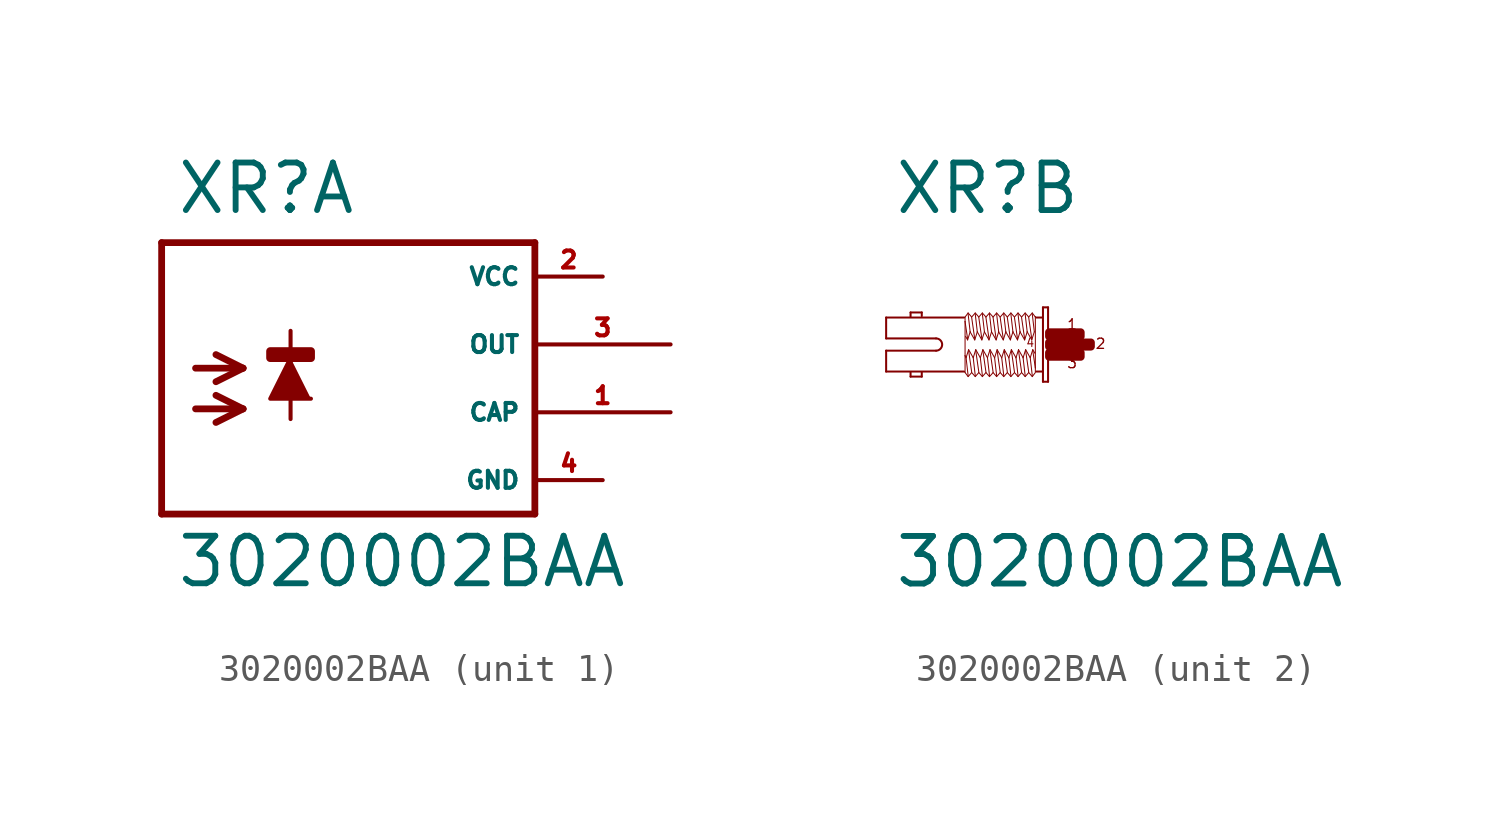
<source format=kicad_sym>
(kicad_symbol_lib
  (version 20220914)
  (generator Eagle2Kicad)
  (symbol "3020002BAA"
    (property "Reference" "XR"
      (at -5.842 4.801 0)
      (effects (font (size 1.778 1.778) (thickness 0.22)) (justify left bottom)))
    (property "Value" "3020002BAA"
      (at -5.842 -9.169 0)
      (effects (font (size 1.778 1.778) (thickness 0.22)) (justify left bottom)))
    (symbol "3020002BAA_1_0"
      (polyline (pts (xy -1.524 -0.508) (xy -2.286 -2.032) (xy -0.762 -2.032)) (stroke (width 0.152) (type default)) (fill (type outline)))
      (polyline (pts (xy -5.08 -0.889) (xy -3.302 -0.889)) (stroke (width 0.254) (type default)) (fill (type none)))
      (polyline (pts (xy -3.302 -0.889) (xy -4.318 -1.397)) (stroke (width 0.254) (type default)) (fill (type none)))
      (polyline (pts (xy -3.302 -0.889) (xy -4.318 -0.381)) (stroke (width 0.254) (type default)) (fill (type none)))
      (polyline (pts (xy -5.08 -2.413) (xy -3.302 -2.413)) (stroke (width 0.254) (type default)) (fill (type none)))
      (polyline (pts (xy -3.302 -2.413) (xy -4.318 -2.921)) (stroke (width 0.254) (type default)) (fill (type none)))
      (polyline (pts (xy -3.302 -2.413) (xy -4.318 -1.905)) (stroke (width 0.254) (type default)) (fill (type none)))
      (polyline (pts (xy -1.524 0.508) (xy -1.524 -2.794)) (stroke (width 0.152) (type default)) (fill (type none)))
      (polyline (pts (xy 7.62 3.81) (xy -6.35 3.81)) (stroke (width 0.254) (type default)) (fill (type none)))
      (polyline (pts (xy -6.35 3.81) (xy -6.35 -6.35)) (stroke (width 0.254) (type default)) (fill (type none)))
      (polyline (pts (xy -6.35 -6.35) (xy 7.62 -6.35)) (stroke (width 0.254) (type default)) (fill (type none)))
      (polyline (pts (xy 7.62 -6.35) (xy 7.62 3.81)) (stroke (width 0.254) (type default)) (fill (type none)))
      (rectangle (start -2.286 -0.508) (end -0.762 -0.254) (stroke (width 0.3) (type default)) (fill (type outline)))
      (pin unspecified line (at 10.16 2.54 180) (length 2.54) (name "VCC" (effects (font (size 0.635 0.635) (thickness 0.08)) (justify left bottom))) (number "2" (effects (font (size 0.635 0.635) (thickness 0.08)) (justify left bottom))))
      (pin unspecified line (at 10.16 -5.08 180) (length 2.54) (name "GND" (effects (font (size 0.635 0.635) (thickness 0.08)) (justify left bottom))) (number "4" (effects (font (size 0.635 0.635) (thickness 0.08)) (justify left bottom))))
      (pin output line (at 12.7 0 180) (length 5.08) (name "OUT" (effects (font (size 0.635 0.635) (thickness 0.08)) (justify left bottom))) (number "3" (effects (font (size 0.635 0.635) (thickness 0.08)) (justify left bottom))))
      (pin output line (at 12.7 -2.54 180) (length 5.08) (name "CAP" (effects (font (size 0.635 0.635) (thickness 0.08)) (justify left bottom))) (number "1" (effects (font (size 0.635 0.635) (thickness 0.08)) (justify left bottom)))))
    (symbol "3020002BAA_2_0"
      (polyline (pts (xy -0.038 1.391) (xy -0.038 -1.391)) (stroke (width 0.076) (type default)) (fill (type none)))
      (polyline (pts (xy -0.038 -1.391) (xy -0.229 -1.391)) (stroke (width 0.076) (type default)) (fill (type none)))
      (polyline (pts (xy -0.229 -1.391) (xy -0.229 1.391)) (stroke (width 0.076) (type default)) (fill (type none)))
      (polyline (pts (xy -0.229 1.391) (xy -0.038 1.391)) (stroke (width 0.076) (type default)) (fill (type none)))
      (polyline (pts (xy -0.267 1.01) (xy -0.476 1.01)) (stroke (width 0.076) (type default)) (fill (type none)))
      (polyline (pts (xy -0.267 -1.01) (xy -0.476 -1.01)) (stroke (width 0.076) (type default)) (fill (type none)))
      (polyline (pts (xy -3.181 -1.01) (xy -6.096 -1.01)) (stroke (width 0.076) (type default)) (fill (type none)))
      (polyline (pts (xy -6.096 -1.01) (xy -6.096 -0.229)) (stroke (width 0.076) (type default)) (fill (type none)))
      (polyline (pts (xy -6.096 -0.229) (xy -4.229 -0.229)) (stroke (width 0.076) (type default)) (fill (type none)))
      (polyline (pts (xy -4.229 0.229) (xy -6.096 0.229)) (stroke (width 0.076) (type default)) (fill (type none)))
      (polyline (pts (xy -6.096 0.229) (xy -6.096 1.01)) (stroke (width 0.076) (type default)) (fill (type none)))
      (polyline (pts (xy -6.096 1.01) (xy -3.181 1.01)) (stroke (width 0.076) (type default)) (fill (type none)))
      (polyline (pts (xy -4.763 -1.029) (xy -4.763 -1.2)) (stroke (width 0.076) (type default)) (fill (type none)))
      (polyline (pts (xy -4.763 -1.2) (xy -5.182 -1.2)) (stroke (width 0.076) (type default)) (fill (type none)))
      (polyline (pts (xy -5.182 -1.2) (xy -5.182 -1.048)) (stroke (width 0.076) (type default)) (fill (type none)))
      (polyline (pts (xy -4.763 1.067) (xy -4.763 1.2)) (stroke (width 0.076) (type default)) (fill (type none)))
      (polyline (pts (xy -4.763 1.2) (xy -5.182 1.2)) (stroke (width 0.076) (type default)) (fill (type none)))
      (polyline (pts (xy -5.182 1.2) (xy -5.182 1.048)) (stroke (width 0.076) (type default)) (fill (type none)))
      (polyline (pts (xy -0.514 -1.048) (xy -0.629 -1.2)) (stroke (width 0.038) (type default)) (fill (type none)))
      (polyline (pts (xy -0.629 -1.2) (xy -0.762 -1.048)) (stroke (width 0.038) (type default)) (fill (type none)))
      (polyline (pts (xy -0.762 -1.048) (xy -0.895 -1.2)) (stroke (width 0.038) (type default)) (fill (type none)))
      (polyline (pts (xy -0.895 -1.2) (xy -1.029 -1.048)) (stroke (width 0.038) (type default)) (fill (type none)))
      (polyline (pts (xy -1.029 -1.048) (xy -1.162 -1.2)) (stroke (width 0.038) (type default)) (fill (type none)))
      (polyline (pts (xy -1.162 -1.2) (xy -1.295 -1.048)) (stroke (width 0.038) (type default)) (fill (type none)))
      (polyline (pts (xy -1.295 -1.048) (xy -1.429 -1.2)) (stroke (width 0.038) (type default)) (fill (type none)))
      (polyline (pts (xy -1.429 -1.2) (xy -1.562 -1.048)) (stroke (width 0.038) (type default)) (fill (type none)))
      (polyline (pts (xy -1.562 -1.048) (xy -1.696 -1.2)) (stroke (width 0.038) (type default)) (fill (type none)))
      (polyline (pts (xy -1.696 -1.2) (xy -1.829 -1.048)) (stroke (width 0.038) (type default)) (fill (type none)))
      (polyline (pts (xy -1.829 -1.048) (xy -1.962 -1.2)) (stroke (width 0.038) (type default)) (fill (type none)))
      (polyline (pts (xy -1.962 -1.2) (xy -2.095 -1.048)) (stroke (width 0.038) (type default)) (fill (type none)))
      (polyline (pts (xy -2.095 -1.048) (xy -2.229 -1.2)) (stroke (width 0.038) (type default)) (fill (type none)))
      (polyline (pts (xy -2.229 -1.2) (xy -2.362 -1.048)) (stroke (width 0.038) (type default)) (fill (type none)))
      (polyline (pts (xy -2.362 -1.048) (xy -2.496 -1.2)) (stroke (width 0.038) (type default)) (fill (type none)))
      (polyline (pts (xy -2.496 -1.2) (xy -2.629 -1.048)) (stroke (width 0.038) (type default)) (fill (type none)))
      (polyline (pts (xy -2.629 -1.048) (xy -2.762 -1.2)) (stroke (width 0.038) (type default)) (fill (type none)))
      (polyline (pts (xy -2.762 -1.2) (xy -2.896 -1.048)) (stroke (width 0.038) (type default)) (fill (type none)))
      (polyline (pts (xy -2.896 -1.048) (xy -3.029 -1.2)) (stroke (width 0.038) (type default)) (fill (type none)))
      (polyline (pts (xy -3.029 -1.2) (xy -3.143 -1.048)) (stroke (width 0.038) (type default)) (fill (type none)))
      (polyline (pts (xy -3.143 -1.048) (xy -3.143 -0.419)) (stroke (width 0.038) (type default)) (fill (type none)))
      (polyline (pts (xy -3.143 -0.419) (xy -3.143 0.857)) (stroke (width 0.038) (type default)) (fill (type none)))
      (polyline (pts (xy -3.143 0.857) (xy -3.143 1.029)) (stroke (width 0.038) (type default)) (fill (type none)))
      (polyline (pts (xy -0.514 1.048) (xy -0.514 1.029)) (stroke (width 0.038) (type default)) (fill (type none)))
      (polyline (pts (xy -0.514 1.029) (xy -0.514 -0.876)) (stroke (width 0.038) (type default)) (fill (type none)))
      (polyline (pts (xy -0.514 -0.876) (xy -0.514 -1.029)) (stroke (width 0.038) (type default)) (fill (type none)))
      (polyline (pts (xy -0.533 -0.324) (xy -0.61 -0.191)) (stroke (width 0.038) (type default)) (fill (type none)))
      (polyline (pts (xy -0.61 -0.191) (xy -0.705 -0.495)) (stroke (width 0.038) (type default)) (fill (type none)))
      (polyline (pts (xy -0.705 -0.495) (xy -0.876 -0.191)) (stroke (width 0.038) (type default)) (fill (type none)))
      (polyline (pts (xy -0.876 -0.191) (xy -0.972 -0.495)) (stroke (width 0.038) (type default)) (fill (type none)))
      (polyline (pts (xy -0.972 -0.495) (xy -1.143 -0.191)) (stroke (width 0.038) (type default)) (fill (type none)))
      (polyline (pts (xy -1.143 -0.191) (xy -1.238 -0.495)) (stroke (width 0.038) (type default)) (fill (type none)))
      (polyline (pts (xy -1.238 -0.495) (xy -1.41 -0.191)) (stroke (width 0.038) (type default)) (fill (type none)))
      (polyline (pts (xy -1.41 -0.191) (xy -1.505 -0.495)) (stroke (width 0.038) (type default)) (fill (type none)))
      (polyline (pts (xy -1.505 -0.495) (xy -1.676 -0.191)) (stroke (width 0.038) (type default)) (fill (type none)))
      (polyline (pts (xy -1.676 -0.191) (xy -1.772 -0.495)) (stroke (width 0.038) (type default)) (fill (type none)))
      (polyline (pts (xy -1.772 -0.495) (xy -1.943 -0.191)) (stroke (width 0.038) (type default)) (fill (type none)))
      (polyline (pts (xy -1.943 -0.191) (xy -2.038 -0.495)) (stroke (width 0.038) (type default)) (fill (type none)))
      (polyline (pts (xy -2.038 -0.495) (xy -2.21 -0.191)) (stroke (width 0.038) (type default)) (fill (type none)))
      (polyline (pts (xy -2.21 -0.191) (xy -2.305 -0.495)) (stroke (width 0.038) (type default)) (fill (type none)))
      (polyline (pts (xy -2.305 -0.495) (xy -2.477 -0.191)) (stroke (width 0.038) (type default)) (fill (type none)))
      (polyline (pts (xy -2.477 -0.191) (xy -2.572 -0.495)) (stroke (width 0.038) (type default)) (fill (type none)))
      (polyline (pts (xy -2.572 -0.495) (xy -2.743 -0.191)) (stroke (width 0.038) (type default)) (fill (type none)))
      (polyline (pts (xy -2.743 -0.191) (xy -2.838 -0.495)) (stroke (width 0.038) (type default)) (fill (type none)))
      (polyline (pts (xy -2.838 -0.495) (xy -3.01 -0.191)) (stroke (width 0.038) (type default)) (fill (type none)))
      (polyline (pts (xy -3.01 -0.191) (xy -3.105 -0.495)) (stroke (width 0.038) (type default)) (fill (type none)))
      (polyline (pts (xy -3.105 -0.495) (xy -3.143 -0.419)) (stroke (width 0.038) (type default)) (fill (type none)))
      (polyline (pts (xy -3.029 -1.162) (xy -3.105 -0.495)) (stroke (width 0.038) (type default)) (fill (type none)))
      (polyline (pts (xy -2.896 -1.029) (xy -3.01 -0.229)) (stroke (width 0.038) (type default)) (fill (type none)))
      (polyline (pts (xy -2.762 -1.162) (xy -2.838 -0.495)) (stroke (width 0.038) (type default)) (fill (type none)))
      (polyline (pts (xy -2.629 -1.029) (xy -2.743 -0.229)) (stroke (width 0.038) (type default)) (fill (type none)))
      (polyline (pts (xy -2.496 -1.162) (xy -2.572 -0.495)) (stroke (width 0.038) (type default)) (fill (type none)))
      (polyline (pts (xy -2.362 -1.029) (xy -2.477 -0.229)) (stroke (width 0.038) (type default)) (fill (type none)))
      (polyline (pts (xy -2.229 -1.162) (xy -2.305 -0.495)) (stroke (width 0.038) (type default)) (fill (type none)))
      (polyline (pts (xy -2.095 -1.029) (xy -2.21 -0.229)) (stroke (width 0.038) (type default)) (fill (type none)))
      (polyline (pts (xy -1.962 -1.162) (xy -2.038 -0.495)) (stroke (width 0.038) (type default)) (fill (type none)))
      (polyline (pts (xy -1.829 -1.029) (xy -1.943 -0.229)) (stroke (width 0.038) (type default)) (fill (type none)))
      (polyline (pts (xy -1.696 -1.162) (xy -1.772 -0.495)) (stroke (width 0.038) (type default)) (fill (type none)))
      (polyline (pts (xy -1.562 -1.029) (xy -1.676 -0.229)) (stroke (width 0.038) (type default)) (fill (type none)))
      (polyline (pts (xy -1.429 -1.162) (xy -1.505 -0.495)) (stroke (width 0.038) (type default)) (fill (type none)))
      (polyline (pts (xy -1.295 -1.029) (xy -1.41 -0.229)) (stroke (width 0.038) (type default)) (fill (type none)))
      (polyline (pts (xy -1.162 -1.162) (xy -1.238 -0.495)) (stroke (width 0.038) (type default)) (fill (type none)))
      (polyline (pts (xy -1.029 -1.029) (xy -1.143 -0.229)) (stroke (width 0.038) (type default)) (fill (type none)))
      (polyline (pts (xy -0.895 -1.162) (xy -0.972 -0.495)) (stroke (width 0.038) (type default)) (fill (type none)))
      (polyline (pts (xy -0.762 -1.029) (xy -0.876 -0.229)) (stroke (width 0.038) (type default)) (fill (type none)))
      (polyline (pts (xy -0.629 -1.162) (xy -0.705 -0.495)) (stroke (width 0.038) (type default)) (fill (type none)))
      (polyline (pts (xy -0.514 -0.876) (xy -0.61 -0.229)) (stroke (width 0.038) (type default)) (fill (type none)))
      (polyline (pts (xy -3.143 1.029) (xy -3.029 1.181)) (stroke (width 0.038) (type default)) (fill (type none)))
      (polyline (pts (xy -3.029 1.181) (xy -2.896 1.029)) (stroke (width 0.038) (type default)) (fill (type none)))
      (polyline (pts (xy -2.896 1.029) (xy -2.762 1.181)) (stroke (width 0.038) (type default)) (fill (type none)))
      (polyline (pts (xy -2.762 1.181) (xy -2.629 1.029)) (stroke (width 0.038) (type default)) (fill (type none)))
      (polyline (pts (xy -2.629 1.029) (xy -2.496 1.181)) (stroke (width 0.038) (type default)) (fill (type none)))
      (polyline (pts (xy -2.496 1.181) (xy -2.362 1.029)) (stroke (width 0.038) (type default)) (fill (type none)))
      (polyline (pts (xy -2.362 1.029) (xy -2.229 1.181)) (stroke (width 0.038) (type default)) (fill (type none)))
      (polyline (pts (xy -2.229 1.181) (xy -2.095 1.029)) (stroke (width 0.038) (type default)) (fill (type none)))
      (polyline (pts (xy -2.095 1.029) (xy -1.962 1.181)) (stroke (width 0.038) (type default)) (fill (type none)))
      (polyline (pts (xy -1.962 1.181) (xy -1.829 1.029)) (stroke (width 0.038) (type default)) (fill (type none)))
      (polyline (pts (xy -1.829 1.029) (xy -1.696 1.181)) (stroke (width 0.038) (type default)) (fill (type none)))
      (polyline (pts (xy -1.696 1.181) (xy -1.562 1.029)) (stroke (width 0.038) (type default)) (fill (type none)))
      (polyline (pts (xy -1.562 1.029) (xy -1.429 1.181)) (stroke (width 0.038) (type default)) (fill (type none)))
      (polyline (pts (xy -1.429 1.181) (xy -1.295 1.029)) (stroke (width 0.038) (type default)) (fill (type none)))
      (polyline (pts (xy -1.295 1.029) (xy -1.162 1.181)) (stroke (width 0.038) (type default)) (fill (type none)))
      (polyline (pts (xy -1.162 1.181) (xy -1.029 1.029)) (stroke (width 0.038) (type default)) (fill (type none)))
      (polyline (pts (xy -1.029 1.029) (xy -0.895 1.181)) (stroke (width 0.038) (type default)) (fill (type none)))
      (polyline (pts (xy -0.895 1.181) (xy -0.762 1.029)) (stroke (width 0.038) (type default)) (fill (type none)))
      (polyline (pts (xy -0.762 1.029) (xy -0.629 1.181)) (stroke (width 0.038) (type default)) (fill (type none)))
      (polyline (pts (xy -0.629 1.181) (xy -0.514 1.029)) (stroke (width 0.038) (type default)) (fill (type none)))
      (polyline (pts (xy -3.124 0.305) (xy -3.048 0.172)) (stroke (width 0.038) (type default)) (fill (type none)))
      (polyline (pts (xy -3.048 0.172) (xy -2.953 0.476)) (stroke (width 0.038) (type default)) (fill (type none)))
      (polyline (pts (xy -2.953 0.476) (xy -2.781 0.172)) (stroke (width 0.038) (type default)) (fill (type none)))
      (polyline (pts (xy -2.781 0.172) (xy -2.686 0.476)) (stroke (width 0.038) (type default)) (fill (type none)))
      (polyline (pts (xy -2.686 0.476) (xy -2.515 0.172)) (stroke (width 0.038) (type default)) (fill (type none)))
      (polyline (pts (xy -2.515 0.172) (xy -2.419 0.476)) (stroke (width 0.038) (type default)) (fill (type none)))
      (polyline (pts (xy -2.419 0.476) (xy -2.248 0.172)) (stroke (width 0.038) (type default)) (fill (type none)))
      (polyline (pts (xy -2.248 0.172) (xy -2.153 0.476)) (stroke (width 0.038) (type default)) (fill (type none)))
      (polyline (pts (xy -2.153 0.476) (xy -1.981 0.172)) (stroke (width 0.038) (type default)) (fill (type none)))
      (polyline (pts (xy -1.981 0.172) (xy -1.886 0.476)) (stroke (width 0.038) (type default)) (fill (type none)))
      (polyline (pts (xy -1.886 0.476) (xy -1.714 0.172)) (stroke (width 0.038) (type default)) (fill (type none)))
      (polyline (pts (xy -1.714 0.172) (xy -1.619 0.476)) (stroke (width 0.038) (type default)) (fill (type none)))
      (polyline (pts (xy -1.619 0.476) (xy -1.448 0.172)) (stroke (width 0.038) (type default)) (fill (type none)))
      (polyline (pts (xy -1.448 0.172) (xy -1.353 0.476)) (stroke (width 0.038) (type default)) (fill (type none)))
      (polyline (pts (xy -1.353 0.476) (xy -1.181 0.172)) (stroke (width 0.038) (type default)) (fill (type none)))
      (polyline (pts (xy -1.181 0.172) (xy -1.086 0.476)) (stroke (width 0.038) (type default)) (fill (type none)))
      (polyline (pts (xy -1.086 0.476) (xy -0.914 0.172)) (stroke (width 0.038) (type default)) (fill (type none)))
      (polyline (pts (xy -0.914 0.172) (xy -0.819 0.476)) (stroke (width 0.038) (type default)) (fill (type none)))
      (polyline (pts (xy -0.819 0.476) (xy -0.648 0.172)) (stroke (width 0.038) (type default)) (fill (type none)))
      (polyline (pts (xy -0.648 0.172) (xy -0.552 0.476)) (stroke (width 0.038) (type default)) (fill (type none)))
      (polyline (pts (xy -0.629 1.143) (xy -0.552 0.476)) (stroke (width 0.038) (type default)) (fill (type none)))
      (polyline (pts (xy -0.762 1.01) (xy -0.648 0.21)) (stroke (width 0.038) (type default)) (fill (type none)))
      (polyline (pts (xy -0.895 1.143) (xy -0.819 0.476)) (stroke (width 0.038) (type default)) (fill (type none)))
      (polyline (pts (xy -1.029 1.01) (xy -0.914 0.21)) (stroke (width 0.038) (type default)) (fill (type none)))
      (polyline (pts (xy -1.162 1.143) (xy -1.086 0.476)) (stroke (width 0.038) (type default)) (fill (type none)))
      (polyline (pts (xy -1.295 1.01) (xy -1.181 0.21)) (stroke (width 0.038) (type default)) (fill (type none)))
      (polyline (pts (xy -1.429 1.143) (xy -1.353 0.476)) (stroke (width 0.038) (type default)) (fill (type none)))
      (polyline (pts (xy -1.562 1.01) (xy -1.448 0.21)) (stroke (width 0.038) (type default)) (fill (type none)))
      (polyline (pts (xy -1.696 1.143) (xy -1.619 0.476)) (stroke (width 0.038) (type default)) (fill (type none)))
      (polyline (pts (xy -1.829 1.01) (xy -1.714 0.21)) (stroke (width 0.038) (type default)) (fill (type none)))
      (polyline (pts (xy -1.962 1.143) (xy -1.886 0.476)) (stroke (width 0.038) (type default)) (fill (type none)))
      (polyline (pts (xy -2.095 1.01) (xy -1.981 0.21)) (stroke (width 0.038) (type default)) (fill (type none)))
      (polyline (pts (xy -2.229 1.143) (xy -2.153 0.476)) (stroke (width 0.038) (type default)) (fill (type none)))
      (polyline (pts (xy -2.362 1.01) (xy -2.248 0.21)) (stroke (width 0.038) (type default)) (fill (type none)))
      (polyline (pts (xy -2.496 1.143) (xy -2.419 0.476)) (stroke (width 0.038) (type default)) (fill (type none)))
      (polyline (pts (xy -2.629 1.01) (xy -2.515 0.21)) (stroke (width 0.038) (type default)) (fill (type none)))
      (polyline (pts (xy -2.762 1.143) (xy -2.686 0.476)) (stroke (width 0.038) (type default)) (fill (type none)))
      (polyline (pts (xy -2.896 1.01) (xy -2.781 0.21)) (stroke (width 0.038) (type default)) (fill (type none)))
      (polyline (pts (xy -3.029 1.143) (xy -2.953 0.476)) (stroke (width 0.038) (type default)) (fill (type none)))
      (polyline (pts (xy -3.143 0.857) (xy -3.048 0.21)) (stroke (width 0.038) (type default)) (fill (type none)))
      (arc (start -4.2291 -0.2286) (mid -4.001 0.000) (end -4.2291 0.2286) (stroke (width 0.0762) (type default)) (fill (type none)))
      (text "1" (at 0.648 0.533 0) (effects (font (size 0.381 0.381) (thickness 0.05)) (justify left bottom)))
      (text "3" (at 0.648 -0.914 0) (effects (font (size 0.381 0.381) (thickness 0.05)) (justify left bottom)))
      (text "2" (at 1.714 -0.191 0) (effects (font (size 0.381 0.381) (thickness 0.05)) (justify left bottom)))
      (text "4" (at -0.876 -0.114 0) (effects (font (size 0.305 0.305) (thickness 0.04)) (justify left bottom)))
      (rectangle (start 0.762 -0.076) (end 1.562 0.076) (stroke (width 0.3) (type default)) (fill (type outline)))
      (rectangle (start 0 -0.076) (end 0.495 0.076) (stroke (width 0.3) (type default)) (fill (type outline)))
      (rectangle (start 0 0.305) (end 0.876 0.457) (stroke (width 0.3) (type default)) (fill (type outline)))
      (rectangle (start 0 -0.457) (end 0.876 -0.305) (stroke (width 0.3) (type default)) (fill (type outline)))
      (rectangle (start 0.838 -0.457) (end 1.181 -0.305) (stroke (width 0.3) (type default)) (fill (type outline)))
      (rectangle (start 0.457 -0.076) (end 0.8 0.076) (stroke (width 0.3) (type default)) (fill (type outline)))
      (rectangle (start 0.838 0.305) (end 1.181 0.457) (stroke (width 0.3) (type default)) (fill (type outline))))))
</source>
